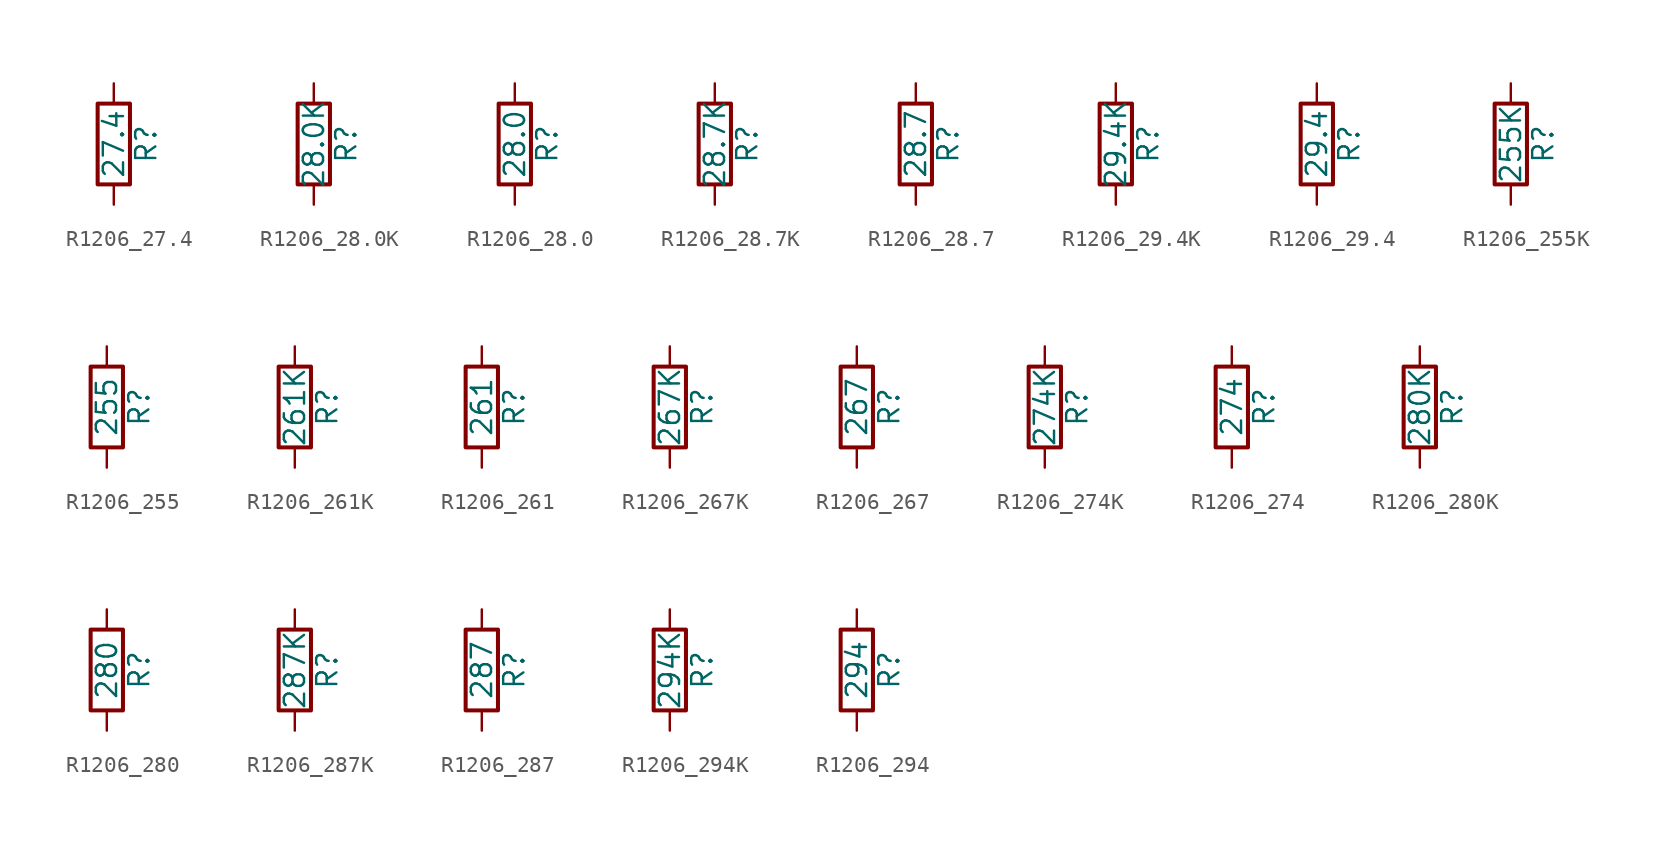
<source format=kicad_sym>
(kicad_symbol_lib
  (version 20211014)
  (generator atlantix-eda)
  (symbol "R1206_27.4"
    (pin_numbers hide)
    (pin_names
      (offset 0))
    (property "Reference" "R"
      (at 2.032 0 90)
      (effects (font (size 1.27 1.27))))
    (property "Value" "27.4"
      (at 0 0 90)
      (effects (font (size 1.27 1.27))))
    (symbol "R1206_27.4_0_1"
      (rectangle (start -1.016 -2.54) (end 1.016 2.54) (stroke (width 0.254) (type default) (color 0 0 0 0)) (fill (type none))))
    (symbol "R1206_27.4_1_1"
      (pin passive line (at 0 3.81 270) (length 1.27) (name "~" (effects (font (size 1.27 1.27)))) (number "1" (effects (font (size 1.27 1.27)))))
      (pin passive line (at 0 -3.81 90) (length 1.27) (name "~" (effects (font (size 1.27 1.27)))) (number "2" (effects (font (size 1.27 1.27)))))))
  (symbol "R1206_28.0K"
    (pin_numbers hide)
    (pin_names
      (offset 0))
    (property "Reference" "R"
      (at 2.032 0 90)
      (effects (font (size 1.27 1.27))))
    (property "Value" "28.0K"
      (at 0 0 90)
      (effects (font (size 1.27 1.27))))
    (symbol "R1206_28.0K_0_1"
      (rectangle (start -1.016 -2.54) (end 1.016 2.54) (stroke (width 0.254) (type default) (color 0 0 0 0)) (fill (type none))))
    (symbol "R1206_28.0K_1_1"
      (pin passive line (at 0 3.81 270) (length 1.27) (name "~" (effects (font (size 1.27 1.27)))) (number "1" (effects (font (size 1.27 1.27)))))
      (pin passive line (at 0 -3.81 90) (length 1.27) (name "~" (effects (font (size 1.27 1.27)))) (number "2" (effects (font (size 1.27 1.27)))))))
  (symbol "R1206_28.0"
    (pin_numbers hide)
    (pin_names
      (offset 0))
    (property "Reference" "R"
      (at 2.032 0 90)
      (effects (font (size 1.27 1.27))))
    (property "Value" "28.0"
      (at 0 0 90)
      (effects (font (size 1.27 1.27))))
    (symbol "R1206_28.0_0_1"
      (rectangle (start -1.016 -2.54) (end 1.016 2.54) (stroke (width 0.254) (type default) (color 0 0 0 0)) (fill (type none))))
    (symbol "R1206_28.0_1_1"
      (pin passive line (at 0 3.81 270) (length 1.27) (name "~" (effects (font (size 1.27 1.27)))) (number "1" (effects (font (size 1.27 1.27)))))
      (pin passive line (at 0 -3.81 90) (length 1.27) (name "~" (effects (font (size 1.27 1.27)))) (number "2" (effects (font (size 1.27 1.27)))))))
  (symbol "R1206_28.7K"
    (pin_numbers hide)
    (pin_names
      (offset 0))
    (property "Reference" "R"
      (at 2.032 0 90)
      (effects (font (size 1.27 1.27))))
    (property "Value" "28.7K"
      (at 0 0 90)
      (effects (font (size 1.27 1.27))))
    (symbol "R1206_28.7K_0_1"
      (rectangle (start -1.016 -2.54) (end 1.016 2.54) (stroke (width 0.254) (type default) (color 0 0 0 0)) (fill (type none))))
    (symbol "R1206_28.7K_1_1"
      (pin passive line (at 0 3.81 270) (length 1.27) (name "~" (effects (font (size 1.27 1.27)))) (number "1" (effects (font (size 1.27 1.27)))))
      (pin passive line (at 0 -3.81 90) (length 1.27) (name "~" (effects (font (size 1.27 1.27)))) (number "2" (effects (font (size 1.27 1.27)))))))
  (symbol "R1206_28.7"
    (pin_numbers hide)
    (pin_names
      (offset 0))
    (property "Reference" "R"
      (at 2.032 0 90)
      (effects (font (size 1.27 1.27))))
    (property "Value" "28.7"
      (at 0 0 90)
      (effects (font (size 1.27 1.27))))
    (symbol "R1206_28.7_0_1"
      (rectangle (start -1.016 -2.54) (end 1.016 2.54) (stroke (width 0.254) (type default) (color 0 0 0 0)) (fill (type none))))
    (symbol "R1206_28.7_1_1"
      (pin passive line (at 0 3.81 270) (length 1.27) (name "~" (effects (font (size 1.27 1.27)))) (number "1" (effects (font (size 1.27 1.27)))))
      (pin passive line (at 0 -3.81 90) (length 1.27) (name "~" (effects (font (size 1.27 1.27)))) (number "2" (effects (font (size 1.27 1.27)))))))
  (symbol "R1206_29.4K"
    (pin_numbers hide)
    (pin_names
      (offset 0))
    (property "Reference" "R"
      (at 2.032 0 90)
      (effects (font (size 1.27 1.27))))
    (property "Value" "29.4K"
      (at 0 0 90)
      (effects (font (size 1.27 1.27))))
    (symbol "R1206_29.4K_0_1"
      (rectangle (start -1.016 -2.54) (end 1.016 2.54) (stroke (width 0.254) (type default) (color 0 0 0 0)) (fill (type none))))
    (symbol "R1206_29.4K_1_1"
      (pin passive line (at 0 3.81 270) (length 1.27) (name "~" (effects (font (size 1.27 1.27)))) (number "1" (effects (font (size 1.27 1.27)))))
      (pin passive line (at 0 -3.81 90) (length 1.27) (name "~" (effects (font (size 1.27 1.27)))) (number "2" (effects (font (size 1.27 1.27)))))))
  (symbol "R1206_29.4"
    (pin_numbers hide)
    (pin_names
      (offset 0))
    (property "Reference" "R"
      (at 2.032 0 90)
      (effects (font (size 1.27 1.27))))
    (property "Value" "29.4"
      (at 0 0 90)
      (effects (font (size 1.27 1.27))))
    (symbol "R1206_29.4_0_1"
      (rectangle (start -1.016 -2.54) (end 1.016 2.54) (stroke (width 0.254) (type default) (color 0 0 0 0)) (fill (type none))))
    (symbol "R1206_29.4_1_1"
      (pin passive line (at 0 3.81 270) (length 1.27) (name "~" (effects (font (size 1.27 1.27)))) (number "1" (effects (font (size 1.27 1.27)))))
      (pin passive line (at 0 -3.81 90) (length 1.27) (name "~" (effects (font (size 1.27 1.27)))) (number "2" (effects (font (size 1.27 1.27)))))))
  (symbol "R1206_255K"
    (pin_numbers hide)
    (pin_names
      (offset 0))
    (property "Reference" "R"
      (at 2.032 0 90)
      (effects (font (size 1.27 1.27))))
    (property "Value" "255K"
      (at 0 0 90)
      (effects (font (size 1.27 1.27))))
    (symbol "R1206_255K_0_1"
      (rectangle (start -1.016 -2.54) (end 1.016 2.54) (stroke (width 0.254) (type default) (color 0 0 0 0)) (fill (type none))))
    (symbol "R1206_255K_1_1"
      (pin passive line (at 0 3.81 270) (length 1.27) (name "~" (effects (font (size 1.27 1.27)))) (number "1" (effects (font (size 1.27 1.27)))))
      (pin passive line (at 0 -3.81 90) (length 1.27) (name "~" (effects (font (size 1.27 1.27)))) (number "2" (effects (font (size 1.27 1.27)))))))
  (symbol "R1206_255"
    (pin_numbers hide)
    (pin_names
      (offset 0))
    (property "Reference" "R"
      (at 2.032 0 90)
      (effects (font (size 1.27 1.27))))
    (property "Value" "255"
      (at 0 0 90)
      (effects (font (size 1.27 1.27))))
    (symbol "R1206_255_0_1"
      (rectangle (start -1.016 -2.54) (end 1.016 2.54) (stroke (width 0.254) (type default) (color 0 0 0 0)) (fill (type none))))
    (symbol "R1206_255_1_1"
      (pin passive line (at 0 3.81 270) (length 1.27) (name "~" (effects (font (size 1.27 1.27)))) (number "1" (effects (font (size 1.27 1.27)))))
      (pin passive line (at 0 -3.81 90) (length 1.27) (name "~" (effects (font (size 1.27 1.27)))) (number "2" (effects (font (size 1.27 1.27)))))))
  (symbol "R1206_261K"
    (pin_numbers hide)
    (pin_names
      (offset 0))
    (property "Reference" "R"
      (at 2.032 0 90)
      (effects (font (size 1.27 1.27))))
    (property "Value" "261K"
      (at 0 0 90)
      (effects (font (size 1.27 1.27))))
    (symbol "R1206_261K_0_1"
      (rectangle (start -1.016 -2.54) (end 1.016 2.54) (stroke (width 0.254) (type default) (color 0 0 0 0)) (fill (type none))))
    (symbol "R1206_261K_1_1"
      (pin passive line (at 0 3.81 270) (length 1.27) (name "~" (effects (font (size 1.27 1.27)))) (number "1" (effects (font (size 1.27 1.27)))))
      (pin passive line (at 0 -3.81 90) (length 1.27) (name "~" (effects (font (size 1.27 1.27)))) (number "2" (effects (font (size 1.27 1.27)))))))
  (symbol "R1206_261"
    (pin_numbers hide)
    (pin_names
      (offset 0))
    (property "Reference" "R"
      (at 2.032 0 90)
      (effects (font (size 1.27 1.27))))
    (property "Value" "261"
      (at 0 0 90)
      (effects (font (size 1.27 1.27))))
    (symbol "R1206_261_0_1"
      (rectangle (start -1.016 -2.54) (end 1.016 2.54) (stroke (width 0.254) (type default) (color 0 0 0 0)) (fill (type none))))
    (symbol "R1206_261_1_1"
      (pin passive line (at 0 3.81 270) (length 1.27) (name "~" (effects (font (size 1.27 1.27)))) (number "1" (effects (font (size 1.27 1.27)))))
      (pin passive line (at 0 -3.81 90) (length 1.27) (name "~" (effects (font (size 1.27 1.27)))) (number "2" (effects (font (size 1.27 1.27)))))))
  (symbol "R1206_267K"
    (pin_numbers hide)
    (pin_names
      (offset 0))
    (property "Reference" "R"
      (at 2.032 0 90)
      (effects (font (size 1.27 1.27))))
    (property "Value" "267K"
      (at 0 0 90)
      (effects (font (size 1.27 1.27))))
    (symbol "R1206_267K_0_1"
      (rectangle (start -1.016 -2.54) (end 1.016 2.54) (stroke (width 0.254) (type default) (color 0 0 0 0)) (fill (type none))))
    (symbol "R1206_267K_1_1"
      (pin passive line (at 0 3.81 270) (length 1.27) (name "~" (effects (font (size 1.27 1.27)))) (number "1" (effects (font (size 1.27 1.27)))))
      (pin passive line (at 0 -3.81 90) (length 1.27) (name "~" (effects (font (size 1.27 1.27)))) (number "2" (effects (font (size 1.27 1.27)))))))
  (symbol "R1206_267"
    (pin_numbers hide)
    (pin_names
      (offset 0))
    (property "Reference" "R"
      (at 2.032 0 90)
      (effects (font (size 1.27 1.27))))
    (property "Value" "267"
      (at 0 0 90)
      (effects (font (size 1.27 1.27))))
    (symbol "R1206_267_0_1"
      (rectangle (start -1.016 -2.54) (end 1.016 2.54) (stroke (width 0.254) (type default) (color 0 0 0 0)) (fill (type none))))
    (symbol "R1206_267_1_1"
      (pin passive line (at 0 3.81 270) (length 1.27) (name "~" (effects (font (size 1.27 1.27)))) (number "1" (effects (font (size 1.27 1.27)))))
      (pin passive line (at 0 -3.81 90) (length 1.27) (name "~" (effects (font (size 1.27 1.27)))) (number "2" (effects (font (size 1.27 1.27)))))))
  (symbol "R1206_274K"
    (pin_numbers hide)
    (pin_names
      (offset 0))
    (property "Reference" "R"
      (at 2.032 0 90)
      (effects (font (size 1.27 1.27))))
    (property "Value" "274K"
      (at 0 0 90)
      (effects (font (size 1.27 1.27))))
    (symbol "R1206_274K_0_1"
      (rectangle (start -1.016 -2.54) (end 1.016 2.54) (stroke (width 0.254) (type default) (color 0 0 0 0)) (fill (type none))))
    (symbol "R1206_274K_1_1"
      (pin passive line (at 0 3.81 270) (length 1.27) (name "~" (effects (font (size 1.27 1.27)))) (number "1" (effects (font (size 1.27 1.27)))))
      (pin passive line (at 0 -3.81 90) (length 1.27) (name "~" (effects (font (size 1.27 1.27)))) (number "2" (effects (font (size 1.27 1.27)))))))
  (symbol "R1206_274"
    (pin_numbers hide)
    (pin_names
      (offset 0))
    (property "Reference" "R"
      (at 2.032 0 90)
      (effects (font (size 1.27 1.27))))
    (property "Value" "274"
      (at 0 0 90)
      (effects (font (size 1.27 1.27))))
    (symbol "R1206_274_0_1"
      (rectangle (start -1.016 -2.54) (end 1.016 2.54) (stroke (width 0.254) (type default) (color 0 0 0 0)) (fill (type none))))
    (symbol "R1206_274_1_1"
      (pin passive line (at 0 3.81 270) (length 1.27) (name "~" (effects (font (size 1.27 1.27)))) (number "1" (effects (font (size 1.27 1.27)))))
      (pin passive line (at 0 -3.81 90) (length 1.27) (name "~" (effects (font (size 1.27 1.27)))) (number "2" (effects (font (size 1.27 1.27)))))))
  (symbol "R1206_280K"
    (pin_numbers hide)
    (pin_names
      (offset 0))
    (property "Reference" "R"
      (at 2.032 0 90)
      (effects (font (size 1.27 1.27))))
    (property "Value" "280K"
      (at 0 0 90)
      (effects (font (size 1.27 1.27))))
    (symbol "R1206_280K_0_1"
      (rectangle (start -1.016 -2.54) (end 1.016 2.54) (stroke (width 0.254) (type default) (color 0 0 0 0)) (fill (type none))))
    (symbol "R1206_280K_1_1"
      (pin passive line (at 0 3.81 270) (length 1.27) (name "~" (effects (font (size 1.27 1.27)))) (number "1" (effects (font (size 1.27 1.27)))))
      (pin passive line (at 0 -3.81 90) (length 1.27) (name "~" (effects (font (size 1.27 1.27)))) (number "2" (effects (font (size 1.27 1.27)))))))
  (symbol "R1206_280"
    (pin_numbers hide)
    (pin_names
      (offset 0))
    (property "Reference" "R"
      (at 2.032 0 90)
      (effects (font (size 1.27 1.27))))
    (property "Value" "280"
      (at 0 0 90)
      (effects (font (size 1.27 1.27))))
    (symbol "R1206_280_0_1"
      (rectangle (start -1.016 -2.54) (end 1.016 2.54) (stroke (width 0.254) (type default) (color 0 0 0 0)) (fill (type none))))
    (symbol "R1206_280_1_1"
      (pin passive line (at 0 3.81 270) (length 1.27) (name "~" (effects (font (size 1.27 1.27)))) (number "1" (effects (font (size 1.27 1.27)))))
      (pin passive line (at 0 -3.81 90) (length 1.27) (name "~" (effects (font (size 1.27 1.27)))) (number "2" (effects (font (size 1.27 1.27)))))))
  (symbol "R1206_287K"
    (pin_numbers hide)
    (pin_names
      (offset 0))
    (property "Reference" "R"
      (at 2.032 0 90)
      (effects (font (size 1.27 1.27))))
    (property "Value" "287K"
      (at 0 0 90)
      (effects (font (size 1.27 1.27))))
    (symbol "R1206_287K_0_1"
      (rectangle (start -1.016 -2.54) (end 1.016 2.54) (stroke (width 0.254) (type default) (color 0 0 0 0)) (fill (type none))))
    (symbol "R1206_287K_1_1"
      (pin passive line (at 0 3.81 270) (length 1.27) (name "~" (effects (font (size 1.27 1.27)))) (number "1" (effects (font (size 1.27 1.27)))))
      (pin passive line (at 0 -3.81 90) (length 1.27) (name "~" (effects (font (size 1.27 1.27)))) (number "2" (effects (font (size 1.27 1.27)))))))
  (symbol "R1206_287"
    (pin_numbers hide)
    (pin_names
      (offset 0))
    (property "Reference" "R"
      (at 2.032 0 90)
      (effects (font (size 1.27 1.27))))
    (property "Value" "287"
      (at 0 0 90)
      (effects (font (size 1.27 1.27))))
    (symbol "R1206_287_0_1"
      (rectangle (start -1.016 -2.54) (end 1.016 2.54) (stroke (width 0.254) (type default) (color 0 0 0 0)) (fill (type none))))
    (symbol "R1206_287_1_1"
      (pin passive line (at 0 3.81 270) (length 1.27) (name "~" (effects (font (size 1.27 1.27)))) (number "1" (effects (font (size 1.27 1.27)))))
      (pin passive line (at 0 -3.81 90) (length 1.27) (name "~" (effects (font (size 1.27 1.27)))) (number "2" (effects (font (size 1.27 1.27)))))))
  (symbol "R1206_294K"
    (pin_numbers hide)
    (pin_names
      (offset 0))
    (property "Reference" "R"
      (at 2.032 0 90)
      (effects (font (size 1.27 1.27))))
    (property "Value" "294K"
      (at 0 0 90)
      (effects (font (size 1.27 1.27))))
    (symbol "R1206_294K_0_1"
      (rectangle (start -1.016 -2.54) (end 1.016 2.54) (stroke (width 0.254) (type default) (color 0 0 0 0)) (fill (type none))))
    (symbol "R1206_294K_1_1"
      (pin passive line (at 0 3.81 270) (length 1.27) (name "~" (effects (font (size 1.27 1.27)))) (number "1" (effects (font (size 1.27 1.27)))))
      (pin passive line (at 0 -3.81 90) (length 1.27) (name "~" (effects (font (size 1.27 1.27)))) (number "2" (effects (font (size 1.27 1.27)))))))
  (symbol "R1206_294"
    (pin_numbers hide)
    (pin_names
      (offset 0))
    (property "Reference" "R"
      (at 2.032 0 90)
      (effects (font (size 1.27 1.27))))
    (property "Value" "294"
      (at 0 0 90)
      (effects (font (size 1.27 1.27))))
    (symbol "R1206_294_0_1"
      (rectangle (start -1.016 -2.54) (end 1.016 2.54) (stroke (width 0.254) (type default) (color 0 0 0 0)) (fill (type none))))
    (symbol "R1206_294_1_1"
      (pin passive line (at 0 3.81 270) (length 1.27) (name "~" (effects (font (size 1.27 1.27)))) (number "1" (effects (font (size 1.27 1.27)))))
      (pin passive line (at 0 -3.81 90) (length 1.27) (name "~" (effects (font (size 1.27 1.27)))) (number "2" (effects (font (size 1.27 1.27))))))))
</source>
